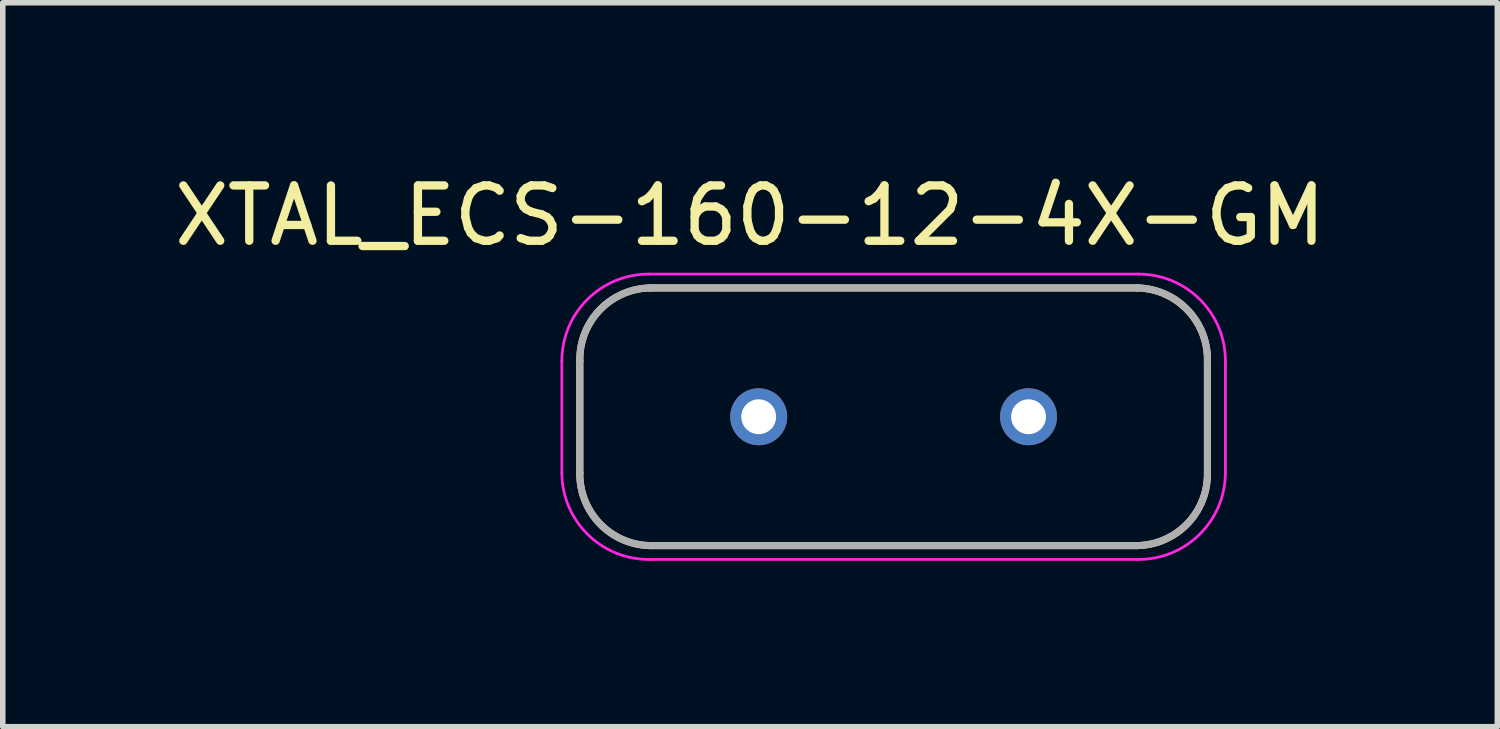
<source format=kicad_pcb>
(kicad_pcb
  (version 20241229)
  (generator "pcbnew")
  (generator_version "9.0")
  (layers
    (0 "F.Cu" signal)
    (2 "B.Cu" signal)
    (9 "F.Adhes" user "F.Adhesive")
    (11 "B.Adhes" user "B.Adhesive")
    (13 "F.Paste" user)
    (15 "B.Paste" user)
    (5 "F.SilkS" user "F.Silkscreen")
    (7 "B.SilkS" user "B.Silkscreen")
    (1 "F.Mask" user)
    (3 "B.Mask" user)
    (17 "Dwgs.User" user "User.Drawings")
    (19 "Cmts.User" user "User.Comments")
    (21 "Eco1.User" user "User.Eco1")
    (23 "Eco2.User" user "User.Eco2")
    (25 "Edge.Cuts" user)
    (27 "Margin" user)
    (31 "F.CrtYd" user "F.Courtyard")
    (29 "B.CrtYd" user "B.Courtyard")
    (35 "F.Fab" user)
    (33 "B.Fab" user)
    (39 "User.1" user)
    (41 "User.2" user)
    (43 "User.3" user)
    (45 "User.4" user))
  (footprint "XTAL_ECS-160-12-4X-GM"
    (layer "F.Cu")
    (at 13.111 4.487)
    (property "Reference" "XTAL_ECS-160-12-4X-GM" (at -2.597 -3.638 0) (layer "F.SilkS") (effects (font (size 1.001 1.001) (thickness 0.15))))
    (attr through_hole)
    (fp_line (start -5.675 1.01) (end -5.675 -1.01) (stroke (width 0.127) (type solid)) (layer "F.SilkS"))
    (fp_line (start -4.405 -2.33) (end 4.405 -2.33) (stroke (width 0.127) (type solid)) (layer "F.SilkS"))
    (fp_line (start 4.405 2.33) (end -4.405 2.33) (stroke (width 0.127) (type solid)) (layer "F.SilkS"))
    (fp_line (start 5.675 -1.01) (end 5.675 1.01) (stroke (width 0.127) (type solid)) (layer "F.SilkS"))
    (fp_arc (start -5.675 -1.01) (mid -5.313381 -1.933026) (end -4.405 -2.33) (stroke (width 0.127) (type solid)) (layer "F.SilkS"))
    (fp_arc (start -4.405 2.33) (mid -5.313381 1.933026) (end -5.675 1.01) (stroke (width 0.127) (type solid)) (layer "F.SilkS"))
    (fp_arc (start 4.405 -2.33) (mid 5.313381 -1.933026) (end 5.675 -1.01) (stroke (width 0.127) (type solid)) (layer "F.SilkS"))
    (fp_arc (start 5.675 1.01) (mid 5.313381 1.933026) (end 4.405 2.33) (stroke (width 0.127) (type solid)) (layer "F.SilkS"))
    (fp_line (start -6 1.01) (end -6 -1.01) (stroke (width 0.05) (type solid)) (layer "F.CrtYd"))
    (fp_line (start -4.43 -2.58) (end 4.43 -2.58) (stroke (width 0.05) (type solid)) (layer "F.CrtYd"))
    (fp_line (start 4.43 2.58) (end -4.43 2.58) (stroke (width 0.05) (type solid)) (layer "F.CrtYd"))
    (fp_line (start 6 -1.01) (end 6 1.01) (stroke (width 0.05) (type solid)) (layer "F.CrtYd"))
    (fp_arc (start -6 -1.01) (mid -5.540158 -2.120158) (end -4.43 -2.58) (stroke (width 0.05) (type solid)) (layer "F.CrtYd"))
    (fp_arc (start -4.43 2.58) (mid -5.540158 2.120158) (end -6 1.01) (stroke (width 0.05) (type solid)) (layer "F.CrtYd"))
    (fp_arc (start 4.43 -2.58) (mid 5.540158 -2.120158) (end 6 -1.01) (stroke (width 0.05) (type solid)) (layer "F.CrtYd"))
    (fp_arc (start 6 1.01) (mid 5.540158 2.120158) (end 4.43 2.58) (stroke (width 0.05) (type solid)) (layer "F.CrtYd"))
    (fp_line (start -5.675 1.01) (end -5.675 -1.01) (stroke (width 0.127) (type solid)) (layer "F.Fab"))
    (fp_line (start -4.405 -2.33) (end 4.405 -2.33) (stroke (width 0.127) (type solid)) (layer "F.Fab"))
    (fp_line (start 4.405 2.33) (end -4.405 2.33) (stroke (width 0.127) (type solid)) (layer "F.Fab"))
    (fp_line (start 5.675 -1.01) (end 5.675 1.01) (stroke (width 0.127) (type solid)) (layer "F.Fab"))
    (fp_arc (start -5.675 -1.01) (mid -5.313381 -1.933026) (end -4.405 -2.33) (stroke (width 0.127) (type solid)) (layer "F.Fab"))
    (fp_arc (start -4.405 2.33) (mid -5.313381 1.933026) (end -5.675 1.01) (stroke (width 0.127) (type solid)) (layer "F.Fab"))
    (fp_arc (start 4.405 -2.33) (mid 5.313381 -1.933026) (end 5.675 -1.01) (stroke (width 0.127) (type solid)) (layer "F.Fab"))
    (fp_arc (start 5.675 1.01) (mid 5.313381 1.933026) (end 4.405 2.33) (stroke (width 0.127) (type solid)) (layer "F.Fab"))
    (pad "1" thru_hole circle (at -2.44 0) (size 1.03 1.03) (drill 0.63) (layers "*.Cu" "*.Mask"))
    (pad "2" thru_hole circle (at 2.44 0) (size 1.03 1.03) (drill 0.63) (layers "*.Cu" "*.Mask")))
  (gr_rect
    (start -3 -3)
    (end 24.029 10.092)
    (stroke (width 0.1) (type default))
    (fill no)
    (layer "Edge.Cuts")))
</source>
